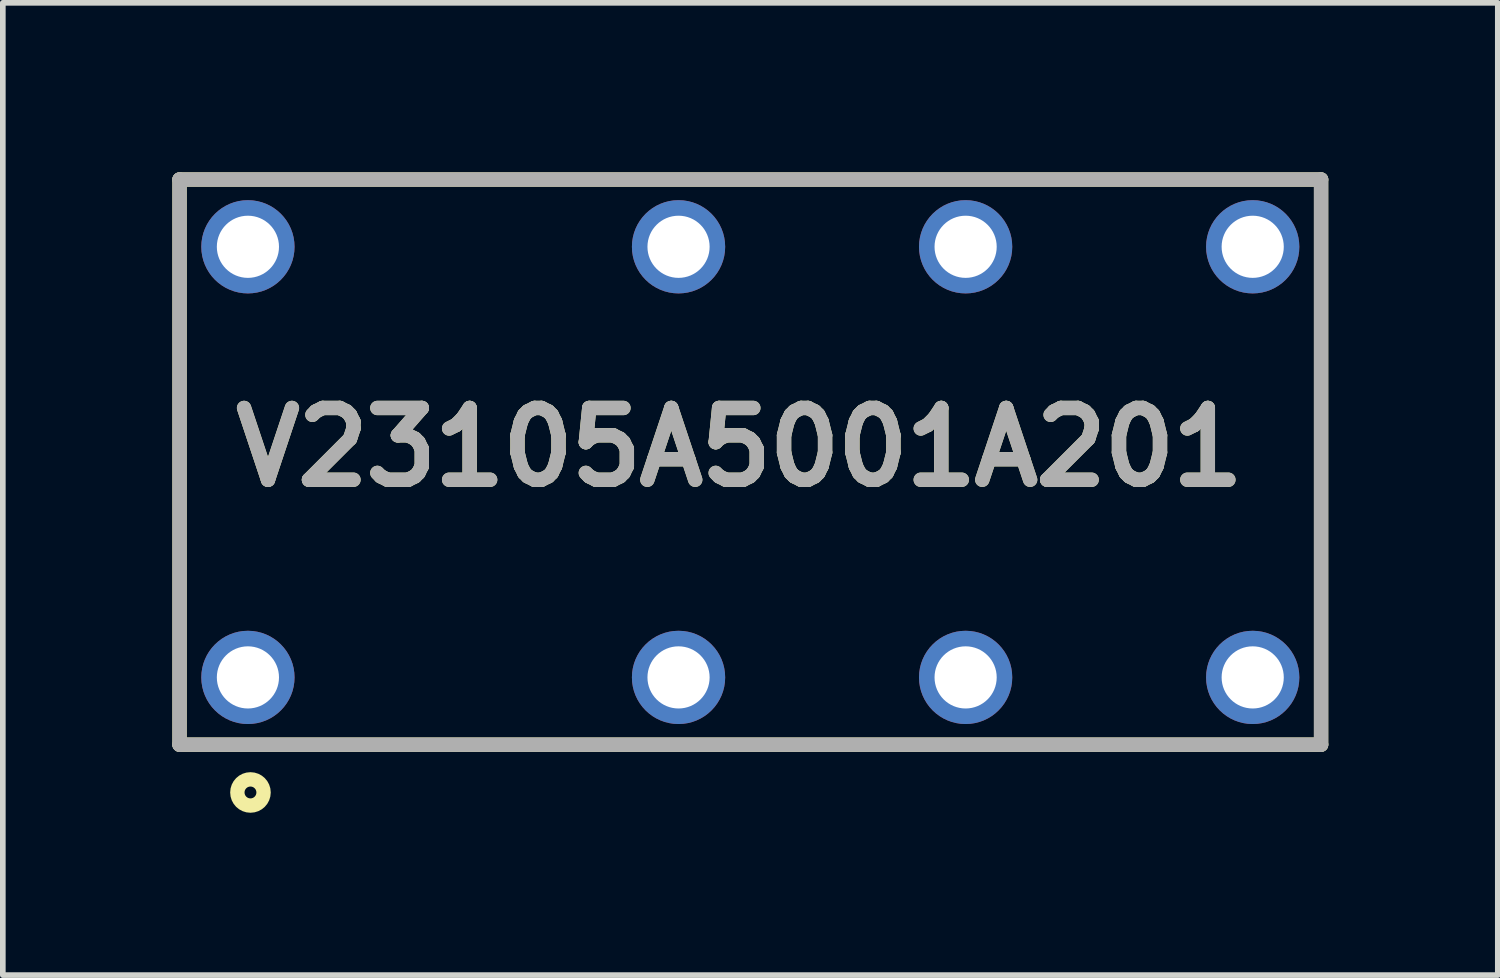
<source format=kicad_pcb>
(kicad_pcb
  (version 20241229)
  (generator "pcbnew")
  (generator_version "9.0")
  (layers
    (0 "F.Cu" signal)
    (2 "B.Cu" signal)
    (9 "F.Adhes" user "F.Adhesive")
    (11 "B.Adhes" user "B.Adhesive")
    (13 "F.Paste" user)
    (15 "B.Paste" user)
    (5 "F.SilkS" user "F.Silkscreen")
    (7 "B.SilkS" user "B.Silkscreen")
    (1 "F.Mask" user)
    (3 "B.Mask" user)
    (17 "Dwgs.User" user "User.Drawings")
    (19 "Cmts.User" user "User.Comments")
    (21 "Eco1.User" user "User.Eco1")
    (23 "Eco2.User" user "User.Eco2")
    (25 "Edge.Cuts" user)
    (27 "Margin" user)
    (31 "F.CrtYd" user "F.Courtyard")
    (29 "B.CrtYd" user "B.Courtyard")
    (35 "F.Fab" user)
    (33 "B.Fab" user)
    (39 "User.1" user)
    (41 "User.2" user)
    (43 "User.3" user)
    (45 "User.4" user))
  (footprint "V23105A5001A201"
    (layer "F.Cu")
    (at 10.227 5.127)
    (property "Reference" "V23105A5001A201" (at -0.189 -0.262 0) (layer "F.SilkS") (effects (font (size 1.27 1.27) (thickness 0.254))))
    (attr through_hole)
    (fp_line (start -10.1 -5) (end 10.1 -5) (stroke (width 0.254) (type solid)) (layer "F.SilkS"))
    (fp_line (start -10.1 5) (end -10.1 -5) (stroke (width 0.254) (type solid)) (layer "F.SilkS"))
    (fp_line (start 10.1 -5) (end 10.1 5) (stroke (width 0.254) (type solid)) (layer "F.SilkS"))
    (fp_line (start 10.1 5) (end -10.1 5) (stroke (width 0.254) (type solid)) (layer "F.SilkS"))
    (fp_circle (center -8.845 5.846) (end -8.845 5.951) (stroke (width 0.254) (type solid)) (fill no) (layer "F.SilkS"))
    (fp_line (start -10.1 -5) (end 10.1 -5) (stroke (width 0.254) (type solid)) (layer "F.Fab"))
    (fp_line (start -10.1 5) (end -10.1 -5) (stroke (width 0.254) (type solid)) (layer "F.Fab"))
    (fp_line (start 10.1 -5) (end 10.1 5) (stroke (width 0.254) (type solid)) (layer "F.Fab"))
    (fp_line (start 10.1 5) (end -10.1 5) (stroke (width 0.254) (type solid)) (layer "F.Fab"))
    (fp_text user "${REFERENCE}" (at -0.189 -0.262 0) (layer "F.Fab") (effects (font (size 1.27 1.27) (thickness 0.254))))
    (pad "1" thru_hole circle (at -8.89 3.81) (size 1.65 1.65) (drill 1.1) (layers "*.Cu" "*.Mask"))
    (pad "4" thru_hole circle (at -1.27 3.81) (size 1.65 1.65) (drill 1.1) (layers "*.Cu" "*.Mask"))
    (pad "6" thru_hole circle (at 3.81 3.81) (size 1.65 1.65) (drill 1.1) (layers "*.Cu" "*.Mask"))
    (pad "8" thru_hole circle (at 8.89 3.81) (size 1.65 1.65) (drill 1.1) (layers "*.Cu" "*.Mask"))
    (pad "9" thru_hole circle (at 8.89 -3.81) (size 1.65 1.65) (drill 1.1) (layers "*.Cu" "*.Mask"))
    (pad "11" thru_hole circle (at 3.81 -3.81) (size 1.65 1.65) (drill 1.1) (layers "*.Cu" "*.Mask"))
    (pad "13" thru_hole circle (at -1.27 -3.81) (size 1.65 1.65) (drill 1.1) (layers "*.Cu" "*.Mask"))
    (pad "16" thru_hole circle (at -8.89 -3.81) (size 1.65 1.65) (drill 1.1) (layers "*.Cu" "*.Mask")))
  (gr_rect
    (start -3 -3)
    (end 23.454 14.205)
    (stroke (width 0.1) (type default))
    (fill no)
    (layer "Edge.Cuts")))
</source>
